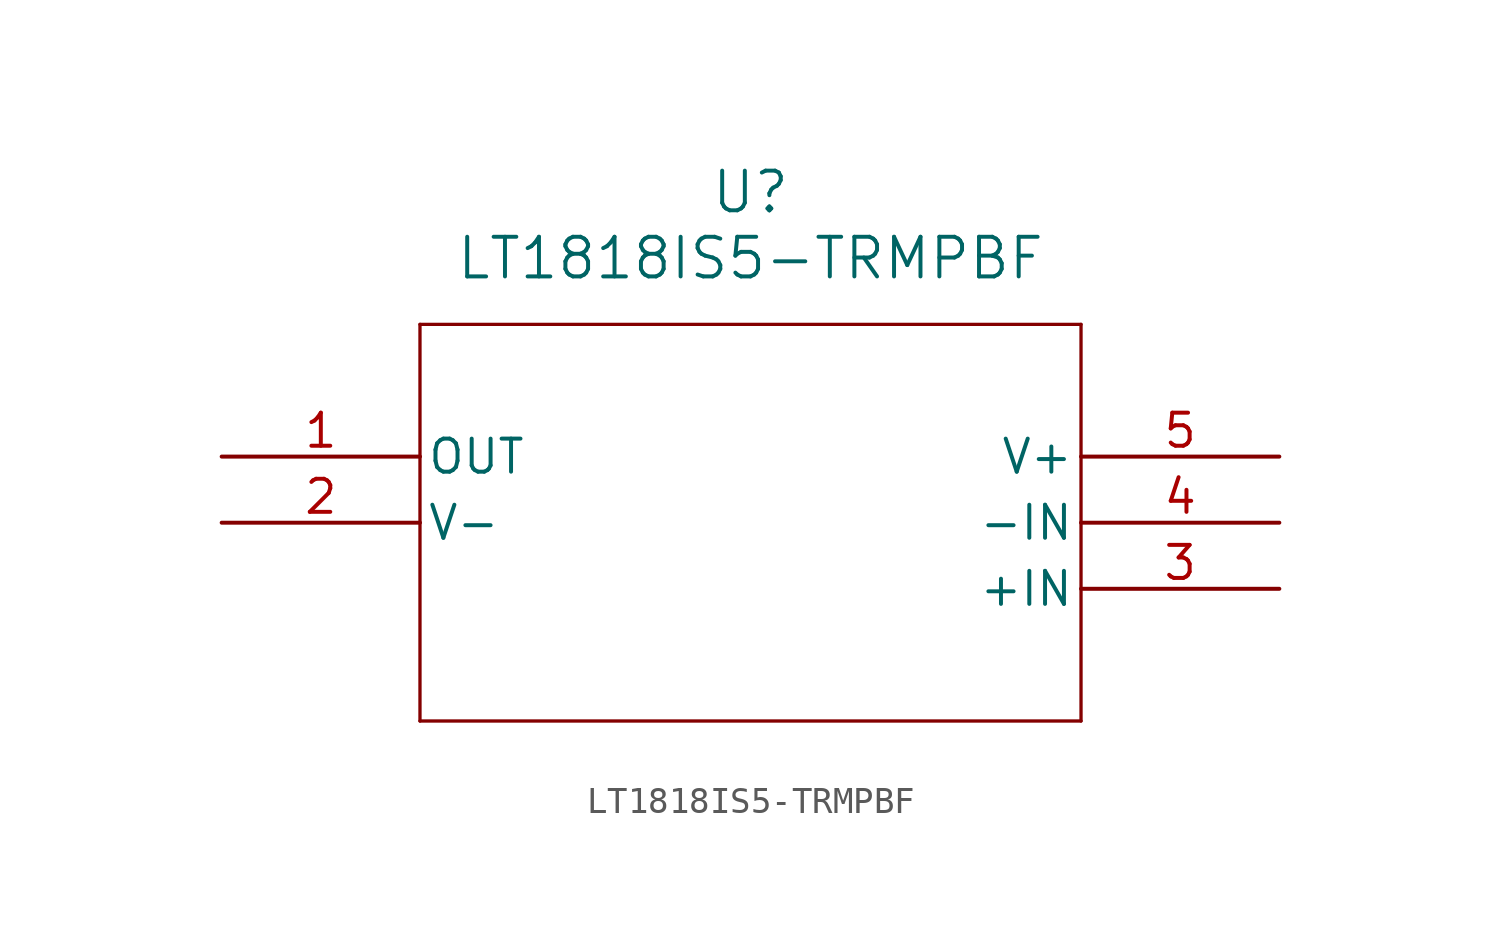
<source format=kicad_sym>
(kicad_symbol_lib
  (version 20241209)
  (generator "kicad_symbol_editor")
  (generator_version "9.0")
  (symbol "LT1818IS5-TRMPBF"
    (pin_names
      (offset 0.254))
    (property "Reference" "U"
      (at 20.32 10.16 0)
      (effects (font (size 1.524 1.524))))
    (property "Value" "LT1818IS5-TRMPBF"
      (at 20.32 7.62 0)
      (effects (font (size 1.524 1.524))))
    (property "ki_locked" ""
      (at 0 0 0)
      (effects (font (size 1.27 1.27))))
    (symbol "LT1818IS5-TRMPBF_0_1"
      (polyline (pts (xy 7.62 5.08) (xy 7.62 -10.16)) (stroke (width 0.127) (type default)) (fill (type none)))
      (polyline (pts (xy 7.62 -10.16) (xy 33.02 -10.16)) (stroke (width 0.127) (type default)) (fill (type none)))
      (polyline (pts (xy 33.02 5.08) (xy 7.62 5.08)) (stroke (width 0.127) (type default)) (fill (type none)))
      (polyline (pts (xy 33.02 -10.16) (xy 33.02 5.08)) (stroke (width 0.127) (type default)) (fill (type none)))
      (pin output line (at 0 0 0) (length 7.62) (name "OUT" (effects (font (size 1.27 1.27)))) (number "1" (effects (font (size 1.27 1.27)))))
      (pin power_in line (at 0 -2.54 0) (length 7.62) (name "V-" (effects (font (size 1.27 1.27)))) (number "2" (effects (font (size 1.27 1.27)))))
      (pin power_in line (at 40.64 0 180) (length 7.62) (name "V+" (effects (font (size 1.27 1.27)))) (number "5" (effects (font (size 1.27 1.27)))))
      (pin input line (at 40.64 -2.54 180) (length 7.62) (name "-IN" (effects (font (size 1.27 1.27)))) (number "4" (effects (font (size 1.27 1.27)))))
      (pin input line (at 40.64 -5.08 180) (length 7.62) (name "+IN" (effects (font (size 1.27 1.27)))) (number "3" (effects (font (size 1.27 1.27))))))))
</source>
